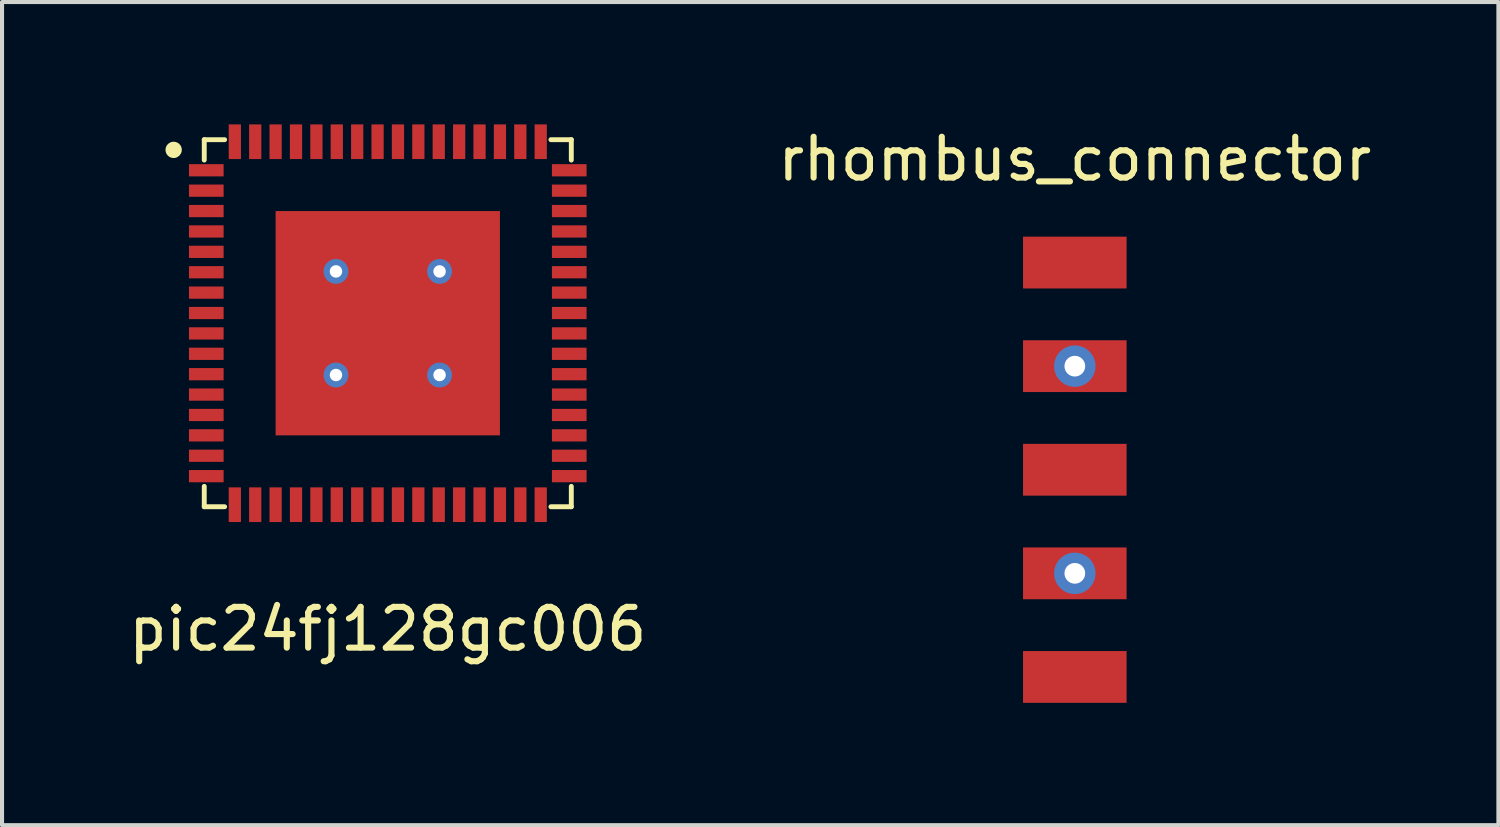
<source format=kicad_pcb>
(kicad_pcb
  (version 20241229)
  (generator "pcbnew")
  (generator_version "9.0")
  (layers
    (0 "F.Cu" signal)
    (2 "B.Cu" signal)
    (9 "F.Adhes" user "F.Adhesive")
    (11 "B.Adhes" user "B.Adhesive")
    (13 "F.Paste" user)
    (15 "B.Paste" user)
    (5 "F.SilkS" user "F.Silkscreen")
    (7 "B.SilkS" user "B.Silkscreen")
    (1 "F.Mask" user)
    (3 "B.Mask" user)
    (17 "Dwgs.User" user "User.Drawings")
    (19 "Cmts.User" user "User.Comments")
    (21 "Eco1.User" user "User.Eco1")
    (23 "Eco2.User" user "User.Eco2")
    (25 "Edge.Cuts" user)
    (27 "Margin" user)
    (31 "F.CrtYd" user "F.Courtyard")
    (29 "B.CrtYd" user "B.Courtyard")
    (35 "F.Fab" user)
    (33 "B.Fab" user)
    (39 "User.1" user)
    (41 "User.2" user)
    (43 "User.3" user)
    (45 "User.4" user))
  (footprint "rhombus_connector"
    (layer "F.Cu")
    (at 23.304 8.468)
    (property "Reference" "rhombus_connector" (at 0 -7.62 0) (layer "F.SilkS") (effects (font (size 1 1) (thickness 0.15))))
    (attr through_hole)
    (pad "1" smd rect (at 0 -5.08) (size 2.54 1.27) (layers "F.Cu" "F.Mask" "F.Paste"))
    (pad "2" thru_hole circle (at 0 -2.54) (size 1.016 1.016) (drill 0.508) (layers "*.Cu" "F.Mask"))
    (pad "2" smd rect (at 0 -2.54) (size 2.54 1.27) (layers "F.Cu" "F.Mask" "F.Paste"))
    (pad "3" smd rect (at 0 0) (size 2.54 1.27) (layers "F.Cu" "F.Mask" "F.Paste"))
    (pad "4" thru_hole circle (at 0 2.54) (size 1.016 1.016) (drill 0.508) (layers "*.Cu" "F.Mask"))
    (pad "4" smd rect (at 0 2.54) (size 2.54 1.27) (layers "F.Cu" "F.Mask" "F.Paste"))
    (pad "5" smd rect (at 0 5.08) (size 2.54 1.27) (layers "F.Cu" "F.Mask" "F.Paste")))
  (footprint "pic24fj128gc006"
    (layer "F.Cu")
    (at 6.458 4.875)
    (property "Reference" "pic24fj128gc006" (at 0 7.5 0) (layer "F.SilkS") (effects (font (size 1 1) (thickness 0.15))))
    (attr smd)
    (fp_line (start -4.5 -4.5) (end -4 -4.5) (stroke (width 0.12) (type solid)) (layer "F.SilkS"))
    (fp_line (start -4.5 -4) (end -4.5 -4.5) (stroke (width 0.12) (type solid)) (layer "F.SilkS"))
    (fp_line (start -4.5 4) (end -4.5 4.5) (stroke (width 0.12) (type solid)) (layer "F.SilkS"))
    (fp_line (start -4.5 4.5) (end -4 4.5) (stroke (width 0.12) (type solid)) (layer "F.SilkS"))
    (fp_line (start 4 -4.5) (end 4.5 -4.5) (stroke (width 0.12) (type solid)) (layer "F.SilkS"))
    (fp_line (start 4 4.5) (end 4.5 4.5) (stroke (width 0.12) (type solid)) (layer "F.SilkS"))
    (fp_line (start 4.5 -4) (end 4.5 -4.5) (stroke (width 0.12) (type solid)) (layer "F.SilkS"))
    (fp_line (start 4.5 4) (end 4.5 4.5) (stroke (width 0.12) (type solid)) (layer "F.SilkS"))
    (fp_circle (center -5.25 -4.25) (end -5.15 -4.25) (stroke (width 0.2) (type solid)) (fill no) (layer "F.SilkS"))
    (fp_poly (pts (xy -0.25 -0.25) (xy -2.5 -0.25) (xy -2.5 -2.5) (xy -0.25 -2.5)) (stroke (width 0.1) (type solid)) (fill yes) (layer "F.Paste"))
    (fp_poly (pts (xy -0.25 2.5) (xy -2.5 2.5) (xy -2.5 0.25) (xy -0.25 0.25)) (stroke (width 0.1) (type solid)) (fill yes) (layer "F.Paste"))
    (fp_poly (pts (xy 2.5 -0.25) (xy 0.25 -0.25) (xy 0.25 -2.5) (xy 2.5 -2.5)) (stroke (width 0.1) (type solid)) (fill yes) (layer "F.Paste"))
    (fp_poly (pts (xy 2.5 2.5) (xy 0.25 2.5) (xy 0.25 0.25) (xy 2.5 0.25)) (stroke (width 0.1) (type solid)) (fill yes) (layer "F.Paste"))
    (pad "1" smd rect (at -4.45 -3.75) (size 0.85 0.3) (layers "F.Cu" "F.Mask" "F.Paste"))
    (pad "2" smd rect (at -4.45 -3.25) (size 0.85 0.3) (layers "F.Cu" "F.Mask" "F.Paste"))
    (pad "3" smd rect (at -4.45 -2.75) (size 0.85 0.3) (layers "F.Cu" "F.Mask" "F.Paste"))
    (pad "4" smd rect (at -4.45 -2.25) (size 0.85 0.3) (layers "F.Cu" "F.Mask" "F.Paste"))
    (pad "5" smd rect (at -4.45 -1.75) (size 0.85 0.3) (layers "F.Cu" "F.Mask" "F.Paste"))
    (pad "6" smd rect (at -4.45 -1.25) (size 0.85 0.3) (layers "F.Cu" "F.Mask" "F.Paste"))
    (pad "7" smd rect (at -4.45 -0.75) (size 0.85 0.3) (layers "F.Cu" "F.Mask" "F.Paste"))
    (pad "8" smd rect (at -4.45 -0.25) (size 0.85 0.3) (layers "F.Cu" "F.Mask" "F.Paste"))
    (pad "9" smd rect (at -4.45 0.25) (size 0.85 0.3) (layers "F.Cu" "F.Mask" "F.Paste"))
    (pad "10" smd rect (at -4.45 0.75) (size 0.85 0.3) (layers "F.Cu" "F.Mask" "F.Paste"))
    (pad "11" smd rect (at -4.45 1.25) (size 0.85 0.3) (layers "F.Cu" "F.Mask" "F.Paste"))
    (pad "12" smd rect (at -4.45 1.75) (size 0.85 0.3) (layers "F.Cu" "F.Mask" "F.Paste"))
    (pad "13" smd rect (at -4.45 2.25) (size 0.85 0.3) (layers "F.Cu" "F.Mask" "F.Paste"))
    (pad "14" smd rect (at -4.45 2.75) (size 0.85 0.3) (layers "F.Cu" "F.Mask" "F.Paste"))
    (pad "15" smd rect (at -4.45 3.25) (size 0.85 0.3) (layers "F.Cu" "F.Mask" "F.Paste"))
    (pad "16" smd rect (at -4.45 3.75) (size 0.85 0.3) (layers "F.Cu" "F.Mask" "F.Paste"))
    (pad "17" smd rect (at -3.75 4.45 270) (size 0.85 0.3) (layers "F.Cu" "F.Mask" "F.Paste"))
    (pad "18" smd rect (at -3.25 4.45 270) (size 0.85 0.3) (layers "F.Cu" "F.Mask" "F.Paste"))
    (pad "19" smd rect (at -2.75 4.45 270) (size 0.85 0.3) (layers "F.Cu" "F.Mask" "F.Paste"))
    (pad "20" smd rect (at -2.25 4.45 270) (size 0.85 0.3) (layers "F.Cu" "F.Mask" "F.Paste"))
    (pad "21" smd rect (at -1.75 4.45 270) (size 0.85 0.3) (layers "F.Cu" "F.Mask" "F.Paste"))
    (pad "22" smd rect (at -1.25 4.45 270) (size 0.85 0.3) (layers "F.Cu" "F.Mask" "F.Paste"))
    (pad "23" smd rect (at -0.75 4.45 270) (size 0.85 0.3) (layers "F.Cu" "F.Mask" "F.Paste"))
    (pad "24" smd rect (at -0.25 4.45 270) (size 0.85 0.3) (layers "F.Cu" "F.Mask" "F.Paste"))
    (pad "25" smd rect (at 0.25 4.45 270) (size 0.85 0.3) (layers "F.Cu" "F.Mask" "F.Paste"))
    (pad "26" smd rect (at 0.75 4.45 270) (size 0.85 0.3) (layers "F.Cu" "F.Mask" "F.Paste"))
    (pad "27" smd rect (at 1.25 4.45 270) (size 0.85 0.3) (layers "F.Cu" "F.Mask" "F.Paste"))
    (pad "28" smd rect (at 1.75 4.45 270) (size 0.85 0.3) (layers "F.Cu" "F.Mask" "F.Paste"))
    (pad "29" smd rect (at 2.25 4.45 270) (size 0.85 0.3) (layers "F.Cu" "F.Mask" "F.Paste"))
    (pad "30" smd rect (at 2.75 4.45 270) (size 0.85 0.3) (layers "F.Cu" "F.Mask" "F.Paste"))
    (pad "31" smd rect (at 3.25 4.45 270) (size 0.85 0.3) (layers "F.Cu" "F.Mask" "F.Paste"))
    (pad "32" smd rect (at 3.75 4.45 270) (size 0.85 0.3) (layers "F.Cu" "F.Mask" "F.Paste"))
    (pad "33" smd rect (at 4.45 3.75) (size 0.85 0.3) (layers "F.Cu" "F.Mask" "F.Paste"))
    (pad "34" smd rect (at 4.45 3.25) (size 0.85 0.3) (layers "F.Cu" "F.Mask" "F.Paste"))
    (pad "35" smd rect (at 4.45 2.75) (size 0.85 0.3) (layers "F.Cu" "F.Mask" "F.Paste"))
    (pad "36" smd rect (at 4.45 2.25) (size 0.85 0.3) (layers "F.Cu" "F.Mask" "F.Paste"))
    (pad "37" smd rect (at 4.45 1.75) (size 0.85 0.3) (layers "F.Cu" "F.Mask" "F.Paste"))
    (pad "38" smd rect (at 4.45 1.25) (size 0.85 0.3) (layers "F.Cu" "F.Mask" "F.Paste"))
    (pad "39" smd rect (at 4.45 0.75) (size 0.85 0.3) (layers "F.Cu" "F.Mask" "F.Paste"))
    (pad "40" smd rect (at 4.45 0.25) (size 0.85 0.3) (layers "F.Cu" "F.Mask" "F.Paste"))
    (pad "41" smd rect (at 4.45 -0.25) (size 0.85 0.3) (layers "F.Cu" "F.Mask" "F.Paste"))
    (pad "42" smd rect (at 4.45 -0.75) (size 0.85 0.3) (layers "F.Cu" "F.Mask" "F.Paste"))
    (pad "43" smd rect (at 4.45 -1.25) (size 0.85 0.3) (layers "F.Cu" "F.Mask" "F.Paste"))
    (pad "44" smd rect (at 4.45 -1.75) (size 0.85 0.3) (layers "F.Cu" "F.Mask" "F.Paste"))
    (pad "45" smd rect (at 4.45 -2.25) (size 0.85 0.3) (layers "F.Cu" "F.Mask" "F.Paste"))
    (pad "46" smd rect (at 4.45 -2.75) (size 0.85 0.3) (layers "F.Cu" "F.Mask" "F.Paste"))
    (pad "47" smd rect (at 4.45 -3.25) (size 0.85 0.3) (layers "F.Cu" "F.Mask" "F.Paste"))
    (pad "48" smd rect (at 4.45 -3.75) (size 0.85 0.3) (layers "F.Cu" "F.Mask" "F.Paste"))
    (pad "49" smd rect (at 3.75 -4.45 90) (size 0.85 0.3) (layers "F.Cu" "F.Mask" "F.Paste"))
    (pad "50" smd rect (at 3.25 -4.45 90) (size 0.85 0.3) (layers "F.Cu" "F.Mask" "F.Paste"))
    (pad "51" smd rect (at 2.75 -4.45 90) (size 0.85 0.3) (layers "F.Cu" "F.Mask" "F.Paste"))
    (pad "52" smd rect (at 2.25 -4.45 90) (size 0.85 0.3) (layers "F.Cu" "F.Mask" "F.Paste"))
    (pad "53" smd rect (at 1.75 -4.45 90) (size 0.85 0.3) (layers "F.Cu" "F.Mask" "F.Paste"))
    (pad "54" smd rect (at 1.25 -4.45 90) (size 0.85 0.3) (layers "F.Cu" "F.Mask" "F.Paste"))
    (pad "55" smd rect (at 0.75 -4.45 90) (size 0.85 0.3) (layers "F.Cu" "F.Mask" "F.Paste"))
    (pad "56" smd rect (at 0.25 -4.45 90) (size 0.85 0.3) (layers "F.Cu" "F.Mask" "F.Paste"))
    (pad "57" smd rect (at -0.25 -4.45 90) (size 0.85 0.3) (layers "F.Cu" "F.Mask" "F.Paste"))
    (pad "58" smd rect (at -0.75 -4.45 90) (size 0.85 0.3) (layers "F.Cu" "F.Mask" "F.Paste"))
    (pad "59" smd rect (at -1.25 -4.45 90) (size 0.85 0.3) (layers "F.Cu" "F.Mask" "F.Paste"))
    (pad "60" smd rect (at -1.75 -4.45 90) (size 0.85 0.3) (layers "F.Cu" "F.Mask" "F.Paste"))
    (pad "61" smd rect (at -2.25 -4.45 90) (size 0.85 0.3) (layers "F.Cu" "F.Mask" "F.Paste"))
    (pad "62" smd rect (at -2.75 -4.45 90) (size 0.85 0.3) (layers "F.Cu" "F.Mask" "F.Paste"))
    (pad "63" smd rect (at -3.25 -4.45 90) (size 0.85 0.3) (layers "F.Cu" "F.Mask" "F.Paste"))
    (pad "64" smd rect (at -3.75 -4.45 90) (size 0.85 0.3) (layers "F.Cu" "F.Mask" "F.Paste"))
    (pad "65" thru_hole circle (at -1.27 -1.27) (size 0.61 0.61) (drill 0.305) (layers "*.Cu" "F.Mask"))
    (pad "65" thru_hole circle (at -1.27 1.27) (size 0.61 0.61) (drill 0.305) (layers "*.Cu" "F.Mask"))
    (pad "65" smd rect (at 0 0) (size 5.5 5.5) (layers "F.Cu" "F.Mask"))
    (pad "65" thru_hole circle (at 1.27 -1.27) (size 0.61 0.61) (drill 0.305) (layers "*.Cu" "F.Mask"))
    (pad "65" thru_hole circle (at 1.27 1.27) (size 0.61 0.61) (drill 0.305) (layers "*.Cu" "F.Mask")))
  (gr_rect
    (start -3 -3)
    (end 33.69 17.183)
    (stroke (width 0.1) (type default))
    (fill no)
    (layer "Edge.Cuts")))
</source>
